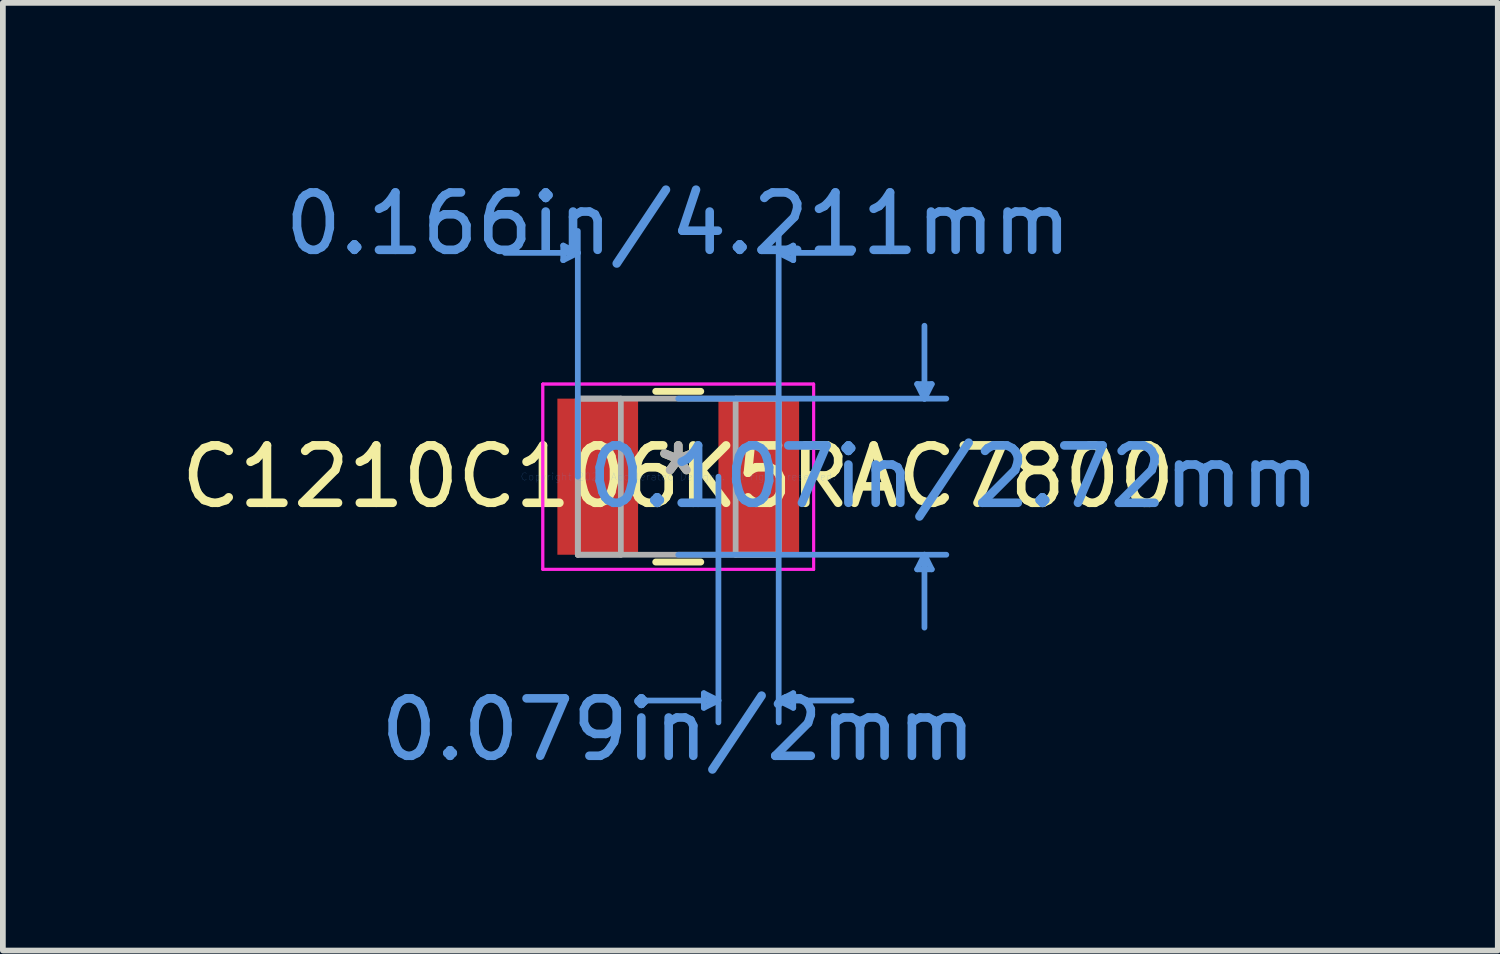
<source format=kicad_pcb>
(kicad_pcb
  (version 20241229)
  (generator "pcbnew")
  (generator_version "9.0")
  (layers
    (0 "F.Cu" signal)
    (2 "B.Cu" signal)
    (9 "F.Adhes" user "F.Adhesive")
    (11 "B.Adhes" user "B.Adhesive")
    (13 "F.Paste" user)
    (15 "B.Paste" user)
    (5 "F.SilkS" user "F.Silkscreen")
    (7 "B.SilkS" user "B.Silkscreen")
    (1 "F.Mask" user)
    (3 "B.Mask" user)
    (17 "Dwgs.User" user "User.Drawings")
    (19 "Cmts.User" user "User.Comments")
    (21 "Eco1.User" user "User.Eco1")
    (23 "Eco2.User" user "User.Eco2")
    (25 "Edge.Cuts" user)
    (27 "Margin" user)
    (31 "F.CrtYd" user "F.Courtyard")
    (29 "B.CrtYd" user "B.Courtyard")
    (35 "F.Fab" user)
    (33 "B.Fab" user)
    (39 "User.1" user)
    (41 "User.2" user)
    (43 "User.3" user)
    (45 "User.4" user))
  (footprint "C1210C106K5RAC7800"
    (layer "F.Cu")
    (at 8.768 5.256)
    (property "Reference" "C1210C106K5RAC7800" (at 0 0 0) (layer "F.SilkS") (effects (font (size 1 1) (thickness 0.15))))
    (attr through_hole)
    (fp_line (start -0.392 1.487) (end 0.392 1.487) (stroke (width 0.12) (type solid)) (layer "F.SilkS"))
    (fp_line (start 0.392 -1.487) (end -0.392 -1.487) (stroke (width 0.12) (type solid)) (layer "F.SilkS"))
    (fp_line (start -2.004 -4.027) (end -2.004 -3.773) (stroke (width 0.1) (type solid)) (layer "Cmts.User"))
    (fp_line (start -1.75 -3.9) (end -3.02 -3.9) (stroke (width 0.1) (type solid)) (layer "Cmts.User"))
    (fp_line (start -1.75 -3.9) (end -2.004 -4.027) (stroke (width 0.1) (type solid)) (layer "Cmts.User"))
    (fp_line (start -1.75 -3.9) (end -2.004 -3.773) (stroke (width 0.1) (type solid)) (layer "Cmts.User"))
    (fp_line (start -1.75 0) (end -1.75 -4.281) (stroke (width 0.1) (type solid)) (layer "Cmts.User"))
    (fp_line (start 0 -1.36) (end 4.671 -1.36) (stroke (width 0.1) (type solid)) (layer "Cmts.User"))
    (fp_line (start 0 1.36) (end 4.671 1.36) (stroke (width 0.1) (type solid)) (layer "Cmts.User"))
    (fp_line (start 0.446 3.773) (end 0.446 4.027) (stroke (width 0.1) (type solid)) (layer "Cmts.User"))
    (fp_line (start 0.7 0) (end 0.7 4.281) (stroke (width 0.1) (type solid)) (layer "Cmts.User"))
    (fp_line (start 0.7 3.9) (end -0.57 3.9) (stroke (width 0.1) (type solid)) (layer "Cmts.User"))
    (fp_line (start 0.7 3.9) (end 0.446 3.773) (stroke (width 0.1) (type solid)) (layer "Cmts.User"))
    (fp_line (start 0.7 3.9) (end 0.446 4.027) (stroke (width 0.1) (type solid)) (layer "Cmts.User"))
    (fp_line (start 1.75 -3.9) (end 2.004 -4.027) (stroke (width 0.1) (type solid)) (layer "Cmts.User"))
    (fp_line (start 1.75 -3.9) (end 2.004 -3.773) (stroke (width 0.1) (type solid)) (layer "Cmts.User"))
    (fp_line (start 1.75 -3.9) (end 3.02 -3.9) (stroke (width 0.1) (type solid)) (layer "Cmts.User"))
    (fp_line (start 1.75 0) (end 1.75 -4.281) (stroke (width 0.1) (type solid)) (layer "Cmts.User"))
    (fp_line (start 1.75 0) (end 1.75 4.281) (stroke (width 0.1) (type solid)) (layer "Cmts.User"))
    (fp_line (start 1.75 3.9) (end 2.004 3.773) (stroke (width 0.1) (type solid)) (layer "Cmts.User"))
    (fp_line (start 1.75 3.9) (end 2.004 4.027) (stroke (width 0.1) (type solid)) (layer "Cmts.User"))
    (fp_line (start 1.75 3.9) (end 3.02 3.9) (stroke (width 0.1) (type solid)) (layer "Cmts.User"))
    (fp_line (start 2.004 -4.027) (end 2.004 -3.773) (stroke (width 0.1) (type solid)) (layer "Cmts.User"))
    (fp_line (start 2.004 3.773) (end 2.004 4.027) (stroke (width 0.1) (type solid)) (layer "Cmts.User"))
    (fp_line (start 4.163 -1.614) (end 4.417 -1.614) (stroke (width 0.1) (type solid)) (layer "Cmts.User"))
    (fp_line (start 4.163 1.614) (end 4.417 1.614) (stroke (width 0.1) (type solid)) (layer "Cmts.User"))
    (fp_line (start 4.29 -1.36) (end 4.163 -1.614) (stroke (width 0.1) (type solid)) (layer "Cmts.User"))
    (fp_line (start 4.29 -1.36) (end 4.29 -2.63) (stroke (width 0.1) (type solid)) (layer "Cmts.User"))
    (fp_line (start 4.29 -1.36) (end 4.417 -1.614) (stroke (width 0.1) (type solid)) (layer "Cmts.User"))
    (fp_line (start 4.29 1.36) (end 4.163 1.614) (stroke (width 0.1) (type solid)) (layer "Cmts.User"))
    (fp_line (start 4.29 1.36) (end 4.29 2.63) (stroke (width 0.1) (type solid)) (layer "Cmts.User"))
    (fp_line (start 4.29 1.36) (end 4.417 1.614) (stroke (width 0.1) (type solid)) (layer "Cmts.User"))
    (fp_line (start -2.36 -1.614) (end 2.36 -1.614) (stroke (width 0.05) (type solid)) (layer "F.CrtYd"))
    (fp_line (start -2.36 -1.614) (end 2.36 -1.614) (stroke (width 0.05) (type solid)) (layer "F.CrtYd"))
    (fp_line (start -2.36 1.614) (end -2.36 -1.614) (stroke (width 0.05) (type solid)) (layer "F.CrtYd"))
    (fp_line (start -2.36 1.614) (end -2.36 -1.614) (stroke (width 0.05) (type solid)) (layer "F.CrtYd"))
    (fp_line (start 2.36 -1.614) (end 2.36 1.614) (stroke (width 0.05) (type solid)) (layer "F.CrtYd"))
    (fp_line (start 2.36 -1.614) (end 2.36 1.614) (stroke (width 0.05) (type solid)) (layer "F.CrtYd"))
    (fp_line (start 2.36 1.614) (end -2.36 1.614) (stroke (width 0.05) (type solid)) (layer "F.CrtYd"))
    (fp_line (start 2.36 1.614) (end -2.36 1.614) (stroke (width 0.05) (type solid)) (layer "F.CrtYd"))
    (fp_line (start -1.75 -1.36) (end -1.75 1.36) (stroke (width 0.1) (type solid)) (layer "F.Fab"))
    (fp_line (start -1.75 -1.36) (end -1.75 1.36) (stroke (width 0.1) (type solid)) (layer "F.Fab"))
    (fp_line (start -1.75 1.36) (end -1 1.36) (stroke (width 0.1) (type solid)) (layer "F.Fab"))
    (fp_line (start -1.75 1.36) (end 1.75 1.36) (stroke (width 0.1) (type solid)) (layer "F.Fab"))
    (fp_line (start -1 -1.36) (end -1.75 -1.36) (stroke (width 0.1) (type solid)) (layer "F.Fab"))
    (fp_line (start -1 1.36) (end -1 -1.36) (stroke (width 0.1) (type solid)) (layer "F.Fab"))
    (fp_line (start 1 -1.36) (end 1 1.36) (stroke (width 0.1) (type solid)) (layer "F.Fab"))
    (fp_line (start 1 1.36) (end 1.75 1.36) (stroke (width 0.1) (type solid)) (layer "F.Fab"))
    (fp_line (start 1.75 -1.36) (end -1.75 -1.36) (stroke (width 0.1) (type solid)) (layer "F.Fab"))
    (fp_line (start 1.75 -1.36) (end 1 -1.36) (stroke (width 0.1) (type solid)) (layer "F.Fab"))
    (fp_line (start 1.75 1.36) (end 1.75 -1.36) (stroke (width 0.1) (type solid)) (layer "F.Fab"))
    (fp_line (start 1.75 1.36) (end 1.75 -1.36) (stroke (width 0.1) (type solid)) (layer "F.Fab"))
    (fp_text user "*" (at 0 0 0) (layer "F.SilkS") (effects (font (size 1 1) (thickness 0.15))))
    (fp_text user "0.079in/2mm" (at 0 4.408 0) (layer "Cmts.User") (effects (font (size 1 1) (thickness 0.15))))
    (fp_text user "0.166in/4.211mm" (at 0 -4.408 0) (layer "Cmts.User") (effects (font (size 1 1) (thickness 0.15))))
    (fp_text user "Copyright 2021 Accelerated Designs. All rights reserved." (at 0 0 0) (layer "Cmts.User") (effects (font (size 0.127 0.127) (thickness 0.002))))
    (fp_text user "0.107in/2.72mm" (at 4.798 0 0) (layer "Cmts.User") (effects (font (size 1 1) (thickness 0.15))))
    (fp_text user "*" (at 0 0 0) (layer "F.Fab") (effects (font (size 1 1) (thickness 0.15))))
    (pad "1" smd rect (at -1.403 0) (size 1.406 2.72) (layers "F.Cu" "F.Mask" "F.Paste"))
    (pad "2" smd rect (at 1.403 0) (size 1.406 2.72) (layers "F.Cu" "F.Mask" "F.Paste")))
  (gr_rect
    (start -3 -3)
    (end 23.048 13.512)
    (stroke (width 0.1) (type default))
    (fill no)
    (layer "Edge.Cuts")))
</source>
